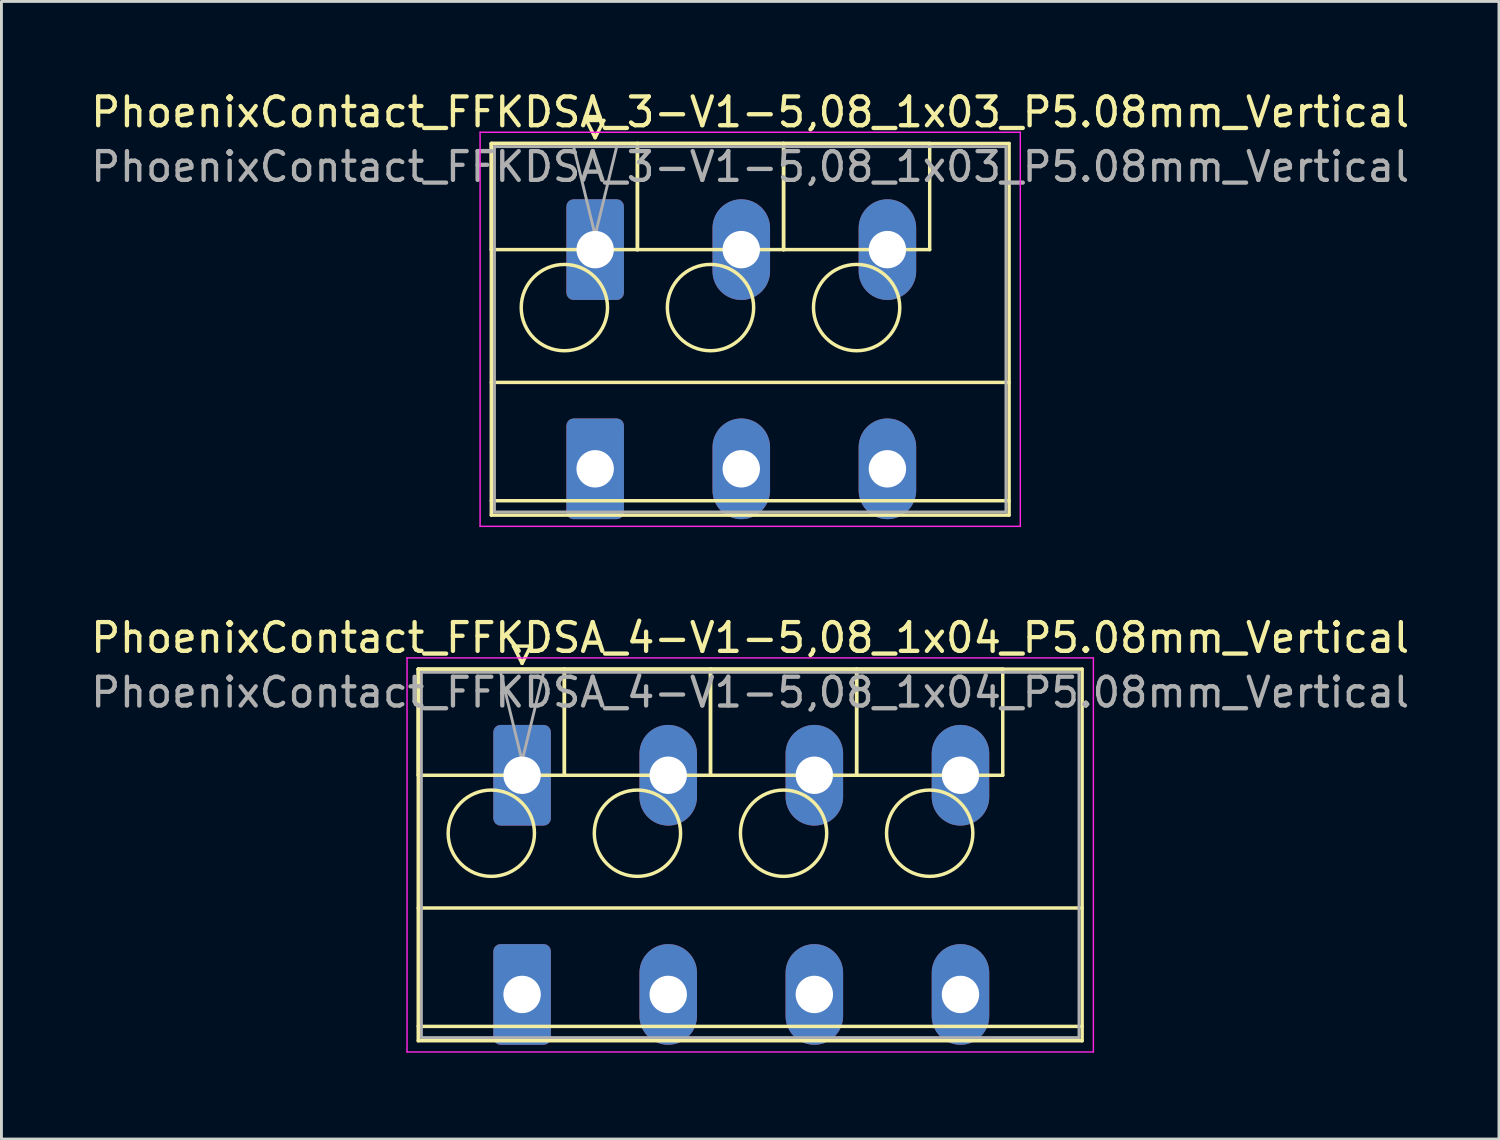
<source format=kicad_pcb>
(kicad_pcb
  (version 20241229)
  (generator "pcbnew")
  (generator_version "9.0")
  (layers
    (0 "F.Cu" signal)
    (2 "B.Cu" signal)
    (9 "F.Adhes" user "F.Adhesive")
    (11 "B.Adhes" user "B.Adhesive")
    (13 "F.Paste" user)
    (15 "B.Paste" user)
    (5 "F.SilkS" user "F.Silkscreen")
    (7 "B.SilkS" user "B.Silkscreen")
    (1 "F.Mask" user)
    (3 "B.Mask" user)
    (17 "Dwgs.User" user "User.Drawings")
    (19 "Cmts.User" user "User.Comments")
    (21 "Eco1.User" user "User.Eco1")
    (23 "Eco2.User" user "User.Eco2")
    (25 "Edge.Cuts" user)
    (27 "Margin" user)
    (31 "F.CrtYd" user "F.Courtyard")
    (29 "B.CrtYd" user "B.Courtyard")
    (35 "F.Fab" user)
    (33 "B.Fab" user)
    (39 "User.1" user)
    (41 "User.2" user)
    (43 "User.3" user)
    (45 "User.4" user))
  (footprint "PhoenixContact_FFKDSA_3-V1-5,08_1x03_P5.08mm_Vertical"
    (layer "F.Cu")
    (at 17.64 5.628)
    (property "Reference" "PhoenixContact_FFKDSA_3-V1-5,08_1x03_P5.08mm_Vertical" (at 5.39 -4.78 0) (layer "F.SilkS") (effects (font (size 1 1) (thickness 0.15))))
    (attr through_hole)
    (fp_line (start -3.61 -3.69) (end -3.61 0) (stroke (width 0.12) (type solid)) (layer "F.SilkS"))
    (fp_line (start -3.61 -3.69) (end -3.61 9.23) (stroke (width 0.12) (type solid)) (layer "F.SilkS"))
    (fp_line (start -3.61 0) (end 1.47 0) (stroke (width 0.12) (type solid)) (layer "F.SilkS"))
    (fp_line (start -3.61 4.615) (end 14.39 4.615) (stroke (width 0.12) (type solid)) (layer "F.SilkS"))
    (fp_line (start -3.61 8.73) (end 14.39 8.73) (stroke (width 0.12) (type solid)) (layer "F.SilkS"))
    (fp_line (start -3.61 9.23) (end 14.39 9.23) (stroke (width 0.12) (type solid)) (layer "F.SilkS"))
    (fp_line (start -0.3 -4.49) (end 0.3 -4.49) (stroke (width 0.12) (type solid)) (layer "F.SilkS"))
    (fp_line (start 0 -3.89) (end -0.3 -4.49) (stroke (width 0.12) (type solid)) (layer "F.SilkS"))
    (fp_line (start 0.3 -4.49) (end 0 -3.89) (stroke (width 0.12) (type solid)) (layer "F.SilkS"))
    (fp_line (start 1.47 -3.69) (end -3.61 -3.69) (stroke (width 0.12) (type solid)) (layer "F.SilkS"))
    (fp_line (start 1.47 -3.69) (end 1.47 0) (stroke (width 0.12) (type solid)) (layer "F.SilkS"))
    (fp_line (start 1.47 0) (end 1.47 -3.69) (stroke (width 0.12) (type solid)) (layer "F.SilkS"))
    (fp_line (start 1.47 0) (end 6.55 0) (stroke (width 0.12) (type solid)) (layer "F.SilkS"))
    (fp_line (start 6.55 -3.69) (end 1.47 -3.69) (stroke (width 0.12) (type solid)) (layer "F.SilkS"))
    (fp_line (start 6.55 -3.69) (end 6.55 0) (stroke (width 0.12) (type solid)) (layer "F.SilkS"))
    (fp_line (start 6.55 0) (end 6.55 -3.69) (stroke (width 0.12) (type solid)) (layer "F.SilkS"))
    (fp_line (start 6.55 0) (end 11.63 0) (stroke (width 0.12) (type solid)) (layer "F.SilkS"))
    (fp_line (start 11.63 -3.69) (end 6.55 -3.69) (stroke (width 0.12) (type solid)) (layer "F.SilkS"))
    (fp_line (start 11.63 0) (end 11.63 -3.69) (stroke (width 0.12) (type solid)) (layer "F.SilkS"))
    (fp_line (start 14.39 -3.69) (end -3.61 -3.69) (stroke (width 0.12) (type solid)) (layer "F.SilkS"))
    (fp_line (start 14.39 9.23) (end 14.39 -3.69) (stroke (width 0.12) (type solid)) (layer "F.SilkS"))
    (fp_circle (center -1.07 2.015) (end 0.43 2.015) (stroke (width 0.12) (type solid)) (fill no) (layer "F.SilkS"))
    (fp_circle (center 4.01 2.015) (end 5.51 2.015) (stroke (width 0.12) (type solid)) (fill no) (layer "F.SilkS"))
    (fp_circle (center 9.09 2.015) (end 10.59 2.015) (stroke (width 0.12) (type solid)) (fill no) (layer "F.SilkS"))
    (fp_line (start -4 -4.08) (end -4 9.62) (stroke (width 0.05) (type solid)) (layer "F.CrtYd"))
    (fp_line (start -4 9.62) (end 14.78 9.62) (stroke (width 0.05) (type solid)) (layer "F.CrtYd"))
    (fp_line (start 14.78 -4.08) (end -4 -4.08) (stroke (width 0.05) (type solid)) (layer "F.CrtYd"))
    (fp_line (start 14.78 9.62) (end 14.78 -4.08) (stroke (width 0.05) (type solid)) (layer "F.CrtYd"))
    (fp_line (start -3.5 -3.58) (end -3.5 9.12) (stroke (width 0.1) (type solid)) (layer "F.Fab"))
    (fp_line (start -3.5 9.12) (end 14.28 9.12) (stroke (width 0.1) (type solid)) (layer "F.Fab"))
    (fp_line (start 0 -0.5) (end -0.75 -3.58) (stroke (width 0.1) (type solid)) (layer "F.Fab"))
    (fp_line (start 0.75 -3.58) (end 0 -0.5) (stroke (width 0.1) (type solid)) (layer "F.Fab"))
    (fp_line (start 14.28 -3.58) (end -3.5 -3.58) (stroke (width 0.1) (type solid)) (layer "F.Fab"))
    (fp_line (start 14.28 9.12) (end 14.28 -3.58) (stroke (width 0.1) (type solid)) (layer "F.Fab"))
    (fp_text user "${REFERENCE}" (at 5.39 -2.88 0) (layer "F.Fab") (effects (font (size 1 1) (thickness 0.15))))
    (pad "1" thru_hole roundrect (at 0 0) (size 2 3.5) (drill 1.3) (layers "*.Cu" "*.Mask") (roundrect_rratio 0.125))
    (pad "1" thru_hole roundrect (at 0 7.62) (size 2 3.5) (drill 1.3) (layers "*.Cu" "*.Mask") (roundrect_rratio 0.125))
    (pad "2" thru_hole oval (at 5.08 0) (size 2 3.5) (drill 1.3) (layers "*.Cu" "*.Mask"))
    (pad "2" thru_hole oval (at 5.08 7.62) (size 2 3.5) (drill 1.3) (layers "*.Cu" "*.Mask"))
    (pad "3" thru_hole oval (at 10.16 0) (size 2 3.5) (drill 1.3) (layers "*.Cu" "*.Mask"))
    (pad "3" thru_hole oval (at 10.16 7.62) (size 2 3.5) (drill 1.3) (layers "*.Cu" "*.Mask")))
  (footprint "PhoenixContact_FFKDSA_4-V1-5,08_1x04_P5.08mm_Vertical"
    (layer "F.Cu")
    (at 15.1 23.901)
    (property "Reference" "PhoenixContact_FFKDSA_4-V1-5,08_1x04_P5.08mm_Vertical" (at 7.93 -4.78 0) (layer "F.SilkS") (effects (font (size 1 1) (thickness 0.15))))
    (attr through_hole)
    (fp_line (start -3.61 -3.69) (end -3.61 0) (stroke (width 0.12) (type solid)) (layer "F.SilkS"))
    (fp_line (start -3.61 -3.69) (end -3.61 9.23) (stroke (width 0.12) (type solid)) (layer "F.SilkS"))
    (fp_line (start -3.61 0) (end 1.47 0) (stroke (width 0.12) (type solid)) (layer "F.SilkS"))
    (fp_line (start -3.61 4.615) (end 19.47 4.615) (stroke (width 0.12) (type solid)) (layer "F.SilkS"))
    (fp_line (start -3.61 8.73) (end 19.47 8.73) (stroke (width 0.12) (type solid)) (layer "F.SilkS"))
    (fp_line (start -3.61 9.23) (end 19.47 9.23) (stroke (width 0.12) (type solid)) (layer "F.SilkS"))
    (fp_line (start -0.3 -4.49) (end 0.3 -4.49) (stroke (width 0.12) (type solid)) (layer "F.SilkS"))
    (fp_line (start 0 -3.89) (end -0.3 -4.49) (stroke (width 0.12) (type solid)) (layer "F.SilkS"))
    (fp_line (start 0.3 -4.49) (end 0 -3.89) (stroke (width 0.12) (type solid)) (layer "F.SilkS"))
    (fp_line (start 1.47 -3.69) (end -3.61 -3.69) (stroke (width 0.12) (type solid)) (layer "F.SilkS"))
    (fp_line (start 1.47 -3.69) (end 1.47 0) (stroke (width 0.12) (type solid)) (layer "F.SilkS"))
    (fp_line (start 1.47 0) (end 1.47 -3.69) (stroke (width 0.12) (type solid)) (layer "F.SilkS"))
    (fp_line (start 1.47 0) (end 6.55 0) (stroke (width 0.12) (type solid)) (layer "F.SilkS"))
    (fp_line (start 6.55 -3.69) (end 1.47 -3.69) (stroke (width 0.12) (type solid)) (layer "F.SilkS"))
    (fp_line (start 6.55 -3.69) (end 6.55 0) (stroke (width 0.12) (type solid)) (layer "F.SilkS"))
    (fp_line (start 6.55 0) (end 6.55 -3.69) (stroke (width 0.12) (type solid)) (layer "F.SilkS"))
    (fp_line (start 6.55 0) (end 11.63 0) (stroke (width 0.12) (type solid)) (layer "F.SilkS"))
    (fp_line (start 11.63 -3.69) (end 6.55 -3.69) (stroke (width 0.12) (type solid)) (layer "F.SilkS"))
    (fp_line (start 11.63 -3.69) (end 11.63 0) (stroke (width 0.12) (type solid)) (layer "F.SilkS"))
    (fp_line (start 11.63 0) (end 11.63 -3.69) (stroke (width 0.12) (type solid)) (layer "F.SilkS"))
    (fp_line (start 11.63 0) (end 16.71 0) (stroke (width 0.12) (type solid)) (layer "F.SilkS"))
    (fp_line (start 16.71 -3.69) (end 11.63 -3.69) (stroke (width 0.12) (type solid)) (layer "F.SilkS"))
    (fp_line (start 16.71 0) (end 16.71 -3.69) (stroke (width 0.12) (type solid)) (layer "F.SilkS"))
    (fp_line (start 19.47 -3.69) (end -3.61 -3.69) (stroke (width 0.12) (type solid)) (layer "F.SilkS"))
    (fp_line (start 19.47 9.23) (end 19.47 -3.69) (stroke (width 0.12) (type solid)) (layer "F.SilkS"))
    (fp_circle (center -1.07 2.015) (end 0.43 2.015) (stroke (width 0.12) (type solid)) (fill no) (layer "F.SilkS"))
    (fp_circle (center 4.01 2.015) (end 5.51 2.015) (stroke (width 0.12) (type solid)) (fill no) (layer "F.SilkS"))
    (fp_circle (center 9.09 2.015) (end 10.59 2.015) (stroke (width 0.12) (type solid)) (fill no) (layer "F.SilkS"))
    (fp_circle (center 14.17 2.015) (end 15.67 2.015) (stroke (width 0.12) (type solid)) (fill no) (layer "F.SilkS"))
    (fp_line (start -4 -4.08) (end -4 9.62) (stroke (width 0.05) (type solid)) (layer "F.CrtYd"))
    (fp_line (start -4 9.62) (end 19.86 9.62) (stroke (width 0.05) (type solid)) (layer "F.CrtYd"))
    (fp_line (start 19.86 -4.08) (end -4 -4.08) (stroke (width 0.05) (type solid)) (layer "F.CrtYd"))
    (fp_line (start 19.86 9.62) (end 19.86 -4.08) (stroke (width 0.05) (type solid)) (layer "F.CrtYd"))
    (fp_line (start -3.5 -3.58) (end -3.5 9.12) (stroke (width 0.1) (type solid)) (layer "F.Fab"))
    (fp_line (start -3.5 9.12) (end 19.36 9.12) (stroke (width 0.1) (type solid)) (layer "F.Fab"))
    (fp_line (start 0 -0.5) (end -0.75 -3.58) (stroke (width 0.1) (type solid)) (layer "F.Fab"))
    (fp_line (start 0.75 -3.58) (end 0 -0.5) (stroke (width 0.1) (type solid)) (layer "F.Fab"))
    (fp_line (start 19.36 -3.58) (end -3.5 -3.58) (stroke (width 0.1) (type solid)) (layer "F.Fab"))
    (fp_line (start 19.36 9.12) (end 19.36 -3.58) (stroke (width 0.1) (type solid)) (layer "F.Fab"))
    (fp_text user "${REFERENCE}" (at 7.93 -2.88 0) (layer "F.Fab") (effects (font (size 1 1) (thickness 0.15))))
    (pad "1" thru_hole roundrect (at 0 0) (size 2 3.5) (drill 1.3) (layers "*.Cu" "*.Mask") (roundrect_rratio 0.125))
    (pad "1" thru_hole roundrect (at 0 7.62) (size 2 3.5) (drill 1.3) (layers "*.Cu" "*.Mask") (roundrect_rratio 0.125))
    (pad "2" thru_hole oval (at 5.08 0) (size 2 3.5) (drill 1.3) (layers "*.Cu" "*.Mask"))
    (pad "2" thru_hole oval (at 5.08 7.62) (size 2 3.5) (drill 1.3) (layers "*.Cu" "*.Mask"))
    (pad "3" thru_hole oval (at 10.16 0) (size 2 3.5) (drill 1.3) (layers "*.Cu" "*.Mask"))
    (pad "3" thru_hole oval (at 10.16 7.62) (size 2 3.5) (drill 1.3) (layers "*.Cu" "*.Mask"))
    (pad "4" thru_hole oval (at 15.24 0) (size 2 3.5) (drill 1.3) (layers "*.Cu" "*.Mask"))
    (pad "4" thru_hole oval (at 15.24 7.62) (size 2 3.5) (drill 1.3) (layers "*.Cu" "*.Mask")))
  (gr_rect
    (start -3 -3)
    (end 49.06 36.547)
    (stroke (width 0.1) (type default))
    (fill no)
    (layer "Edge.Cuts")))
</source>
